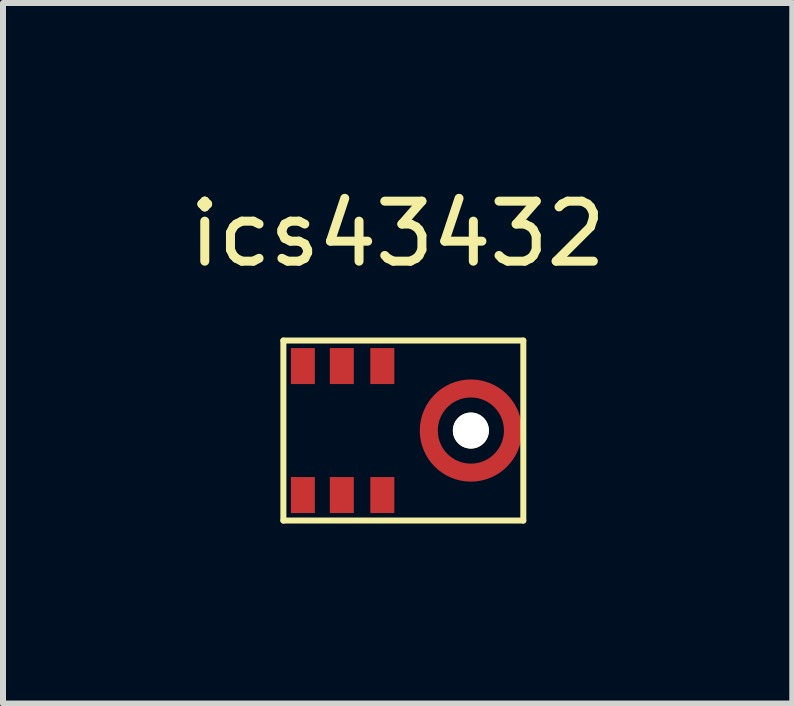
<source format=kicad_pcb>
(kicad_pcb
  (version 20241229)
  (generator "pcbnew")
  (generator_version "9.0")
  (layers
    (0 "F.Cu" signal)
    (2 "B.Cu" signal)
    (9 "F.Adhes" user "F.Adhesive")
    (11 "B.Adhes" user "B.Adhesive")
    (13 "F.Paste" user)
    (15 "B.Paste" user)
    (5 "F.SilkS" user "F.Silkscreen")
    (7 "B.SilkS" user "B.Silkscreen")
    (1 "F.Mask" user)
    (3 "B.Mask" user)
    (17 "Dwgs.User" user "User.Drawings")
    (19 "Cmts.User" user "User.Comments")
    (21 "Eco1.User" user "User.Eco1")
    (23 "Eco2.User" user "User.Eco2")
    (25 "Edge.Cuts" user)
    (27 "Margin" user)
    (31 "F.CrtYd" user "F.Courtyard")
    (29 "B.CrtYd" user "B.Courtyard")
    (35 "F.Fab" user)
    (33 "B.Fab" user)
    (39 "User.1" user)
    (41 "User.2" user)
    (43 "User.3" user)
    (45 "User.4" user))
  (footprint "ics43432"
    (layer "F.Cu")
    (at 3.641 2.626)
    (property "Reference" "ics43432" (at -0.064 -1.778 0) (layer "F.SilkS") (effects (font (size 1 1) (thickness 0.15))))
    (attr through_hole)
    (fp_circle (center 1.157 1.5) (end 1.858 1.524) (stroke (width 0.3) (type solid)) (fill no) (layer "F.Cu"))
    (fp_line (start -1.968 0) (end 2.031 0) (stroke (width 0.1) (type solid)) (layer "F.SilkS"))
    (fp_line (start -1.968 3) (end -1.968 0) (stroke (width 0.1) (type solid)) (layer "F.SilkS"))
    (fp_line (start 2.031 0) (end 2.031 3) (stroke (width 0.1) (type solid)) (layer "F.SilkS"))
    (fp_line (start 2.031 3) (end -1.968 3) (stroke (width 0.1) (type solid)) (layer "F.SilkS"))
    (pad "" np_thru_hole circle (at 1.157 1.5) (size 0.6 0.6) (drill 0.6) (layers "*.Cu" "*.Mask" "F.SilkS"))
    (pad "" smd circle (at 1.157 1.5) (size 1.65 1.65) (layers "F.Mask" "F.Paste"))
    (pad "1" smd rect (at -1.643 2.575) (size 0.4 0.6) (layers "F.Cu" "F.Mask" "F.Paste"))
    (pad "2" smd rect (at -0.994 2.575) (size 0.4 0.6) (layers "F.Cu" "F.Mask" "F.Paste"))
    (pad "3" smd rect (at -0.319 2.575) (size 0.4 0.6) (layers "F.Cu" "F.Mask" "F.Paste"))
    (pad "5" smd rect (at -0.319 0.425) (size 0.4 0.6) (layers "F.Cu" "F.Mask" "F.Paste"))
    (pad "6" smd rect (at -0.994 0.425) (size 0.4 0.6) (layers "F.Cu" "F.Mask" "F.Paste"))
    (pad "7" smd rect (at -1.643 0.425) (size 0.4 0.6) (layers "F.Cu" "F.Mask" "F.Paste")))
  (gr_rect
    (start -3 -3)
    (end 10.155 8.676)
    (stroke (width 0.1) (type default))
    (fill no)
    (layer "Edge.Cuts")))
</source>
